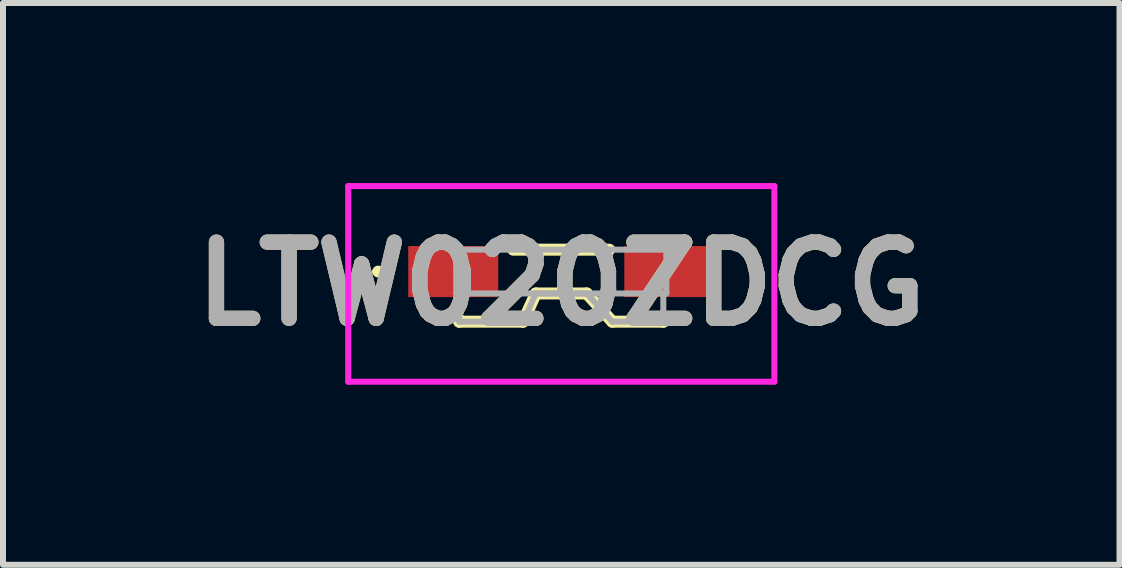
<source format=kicad_pcb>
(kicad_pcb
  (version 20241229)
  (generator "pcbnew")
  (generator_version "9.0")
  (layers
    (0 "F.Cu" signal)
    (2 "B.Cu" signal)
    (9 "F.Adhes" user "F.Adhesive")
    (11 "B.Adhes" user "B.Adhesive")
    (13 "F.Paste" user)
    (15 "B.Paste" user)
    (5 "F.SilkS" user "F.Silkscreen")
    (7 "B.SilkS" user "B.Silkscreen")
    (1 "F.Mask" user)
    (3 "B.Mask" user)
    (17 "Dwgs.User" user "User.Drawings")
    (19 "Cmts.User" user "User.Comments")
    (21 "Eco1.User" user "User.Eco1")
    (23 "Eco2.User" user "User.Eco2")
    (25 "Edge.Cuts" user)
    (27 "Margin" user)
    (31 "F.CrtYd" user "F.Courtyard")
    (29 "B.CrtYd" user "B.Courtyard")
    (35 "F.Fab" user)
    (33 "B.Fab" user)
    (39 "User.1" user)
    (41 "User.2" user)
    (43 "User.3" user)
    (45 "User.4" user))
  (footprint "LTW020ZDCG"
    (layer "F.Cu")
    (at 6.302 1.475)
    (property "Reference" "LTW020ZDCG" (at 0 0.205 0) (layer "F.SilkS") (effects (font (size 1.27 1.27) (thickness 0.254))))
    (attr smd)
    (fp_line (start -3.1 0) (end -3.1 0) (stroke (width 0.1) (type solid)) (layer "F.SilkS"))
    (fp_line (start -3 0) (end -3 0) (stroke (width 0.1) (type solid)) (layer "F.SilkS"))
    (fp_line (start -1.7 0.8) (end -1.7 0.835) (stroke (width 0.2) (type solid)) (layer "F.SilkS"))
    (fp_line (start -1.7 0.835) (end -0.637 0.835) (stroke (width 0.2) (type solid)) (layer "F.SilkS"))
    (fp_line (start -0.8 -0.365) (end 0.8 -0.365) (stroke (width 0.2) (type solid)) (layer "F.SilkS"))
    (fp_line (start -0.637 0.835) (end -0.425 0.365) (stroke (width 0.2) (type solid)) (layer "F.SilkS"))
    (fp_line (start -0.425 0.365) (end 0.425 0.365) (stroke (width 0.2) (type solid)) (layer "F.SilkS"))
    (fp_line (start 0.425 0.365) (end 0.85 0.835) (stroke (width 0.2) (type solid)) (layer "F.SilkS"))
    (fp_line (start 0.85 0.835) (end 1.7 0.835) (stroke (width 0.2) (type solid)) (layer "F.SilkS"))
    (fp_line (start 1.7 0.835) (end 1.7 0.8) (stroke (width 0.2) (type solid)) (layer "F.SilkS"))
    (fp_arc (start -3.1 0) (mid -3.05 -0.05) (end -3 0) (stroke (width 0.1) (type solid)) (layer "F.SilkS"))
    (fp_arc (start -3 0) (mid -3.05 0.05) (end -3.1 0) (stroke (width 0.1) (type solid)) (layer "F.SilkS"))
    (fp_line (start -3.55 -1.425) (end 3.55 -1.425) (stroke (width 0.1) (type solid)) (layer "F.CrtYd"))
    (fp_line (start -3.55 1.835) (end -3.55 -1.425) (stroke (width 0.1) (type solid)) (layer "F.CrtYd"))
    (fp_line (start 3.55 -1.425) (end 3.55 1.835) (stroke (width 0.1) (type solid)) (layer "F.CrtYd"))
    (fp_line (start 3.55 1.835) (end -3.55 1.835) (stroke (width 0.1) (type solid)) (layer "F.CrtYd"))
    (fp_line (start -1.75 -0.365) (end 1.75 -0.365) (stroke (width 0.1) (type solid)) (layer "F.Fab"))
    (fp_line (start -1.75 0.365) (end -1.75 -0.365) (stroke (width 0.1) (type solid)) (layer "F.Fab"))
    (fp_line (start -1.7 0.835) (end -1.7 0.365) (stroke (width 0.1) (type solid)) (layer "F.Fab"))
    (fp_line (start -0.637 0.835) (end -1.7 0.835) (stroke (width 0.1) (type solid)) (layer "F.Fab"))
    (fp_line (start -0.425 0.365) (end -0.637 0.835) (stroke (width 0.1) (type solid)) (layer "F.Fab"))
    (fp_line (start 0.425 0.365) (end -0.425 0.365) (stroke (width 0.1) (type solid)) (layer "F.Fab"))
    (fp_line (start 0.637 0.6) (end 0.425 0.365) (stroke (width 0.1) (type solid)) (layer "F.Fab"))
    (fp_line (start 0.85 0.835) (end 0.637 0.6) (stroke (width 0.1) (type solid)) (layer "F.Fab"))
    (fp_line (start 1.7 0.365) (end 1.7 0.835) (stroke (width 0.1) (type solid)) (layer "F.Fab"))
    (fp_line (start 1.7 0.835) (end 0.85 0.835) (stroke (width 0.1) (type solid)) (layer "F.Fab"))
    (fp_line (start 1.75 -0.365) (end 1.75 0.365) (stroke (width 0.1) (type solid)) (layer "F.Fab"))
    (fp_line (start 1.75 0.365) (end -1.75 0.365) (stroke (width 0.1) (type solid)) (layer "F.Fab"))
    (fp_text user "${REFERENCE}" (at 0 0.205 0) (layer "F.Fab") (effects (font (size 1.27 1.27) (thickness 0.254))))
    (pad "1" smd rect (at -1.8 0 90) (size 0.85 1.5) (layers "F.Cu" "F.Mask" "F.Paste"))
    (pad "2" smd rect (at 1.8 0 90) (size 0.85 1.5) (layers "F.Cu" "F.Mask" "F.Paste")))
  (gr_rect
    (start -3 -3)
    (end 15.603 6.36)
    (stroke (width 0.1) (type default))
    (fill no)
    (layer "Edge.Cuts")))
</source>
